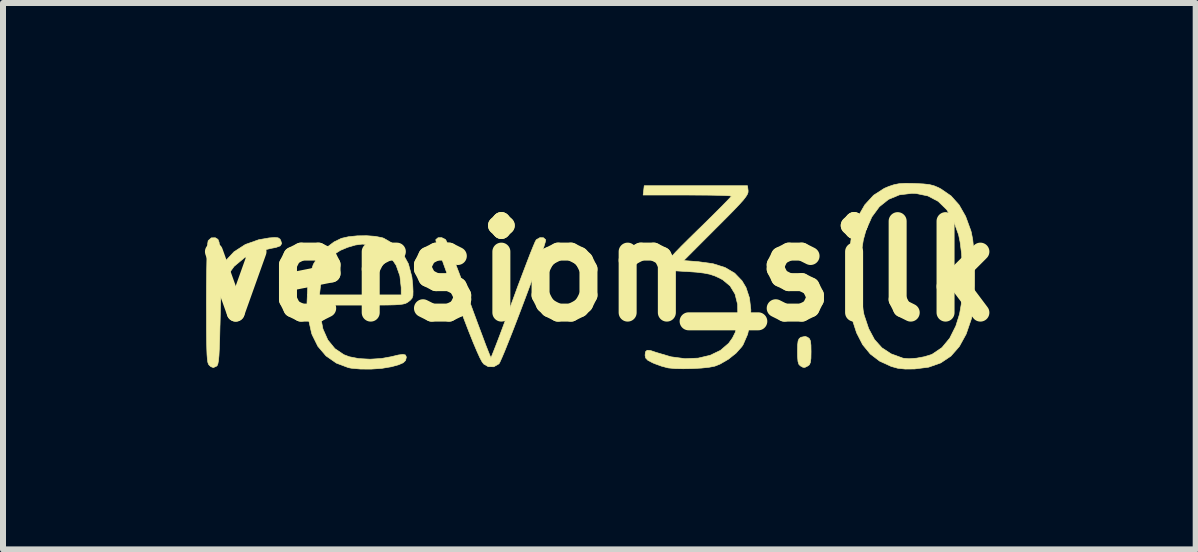
<source format=kicad_pcb>
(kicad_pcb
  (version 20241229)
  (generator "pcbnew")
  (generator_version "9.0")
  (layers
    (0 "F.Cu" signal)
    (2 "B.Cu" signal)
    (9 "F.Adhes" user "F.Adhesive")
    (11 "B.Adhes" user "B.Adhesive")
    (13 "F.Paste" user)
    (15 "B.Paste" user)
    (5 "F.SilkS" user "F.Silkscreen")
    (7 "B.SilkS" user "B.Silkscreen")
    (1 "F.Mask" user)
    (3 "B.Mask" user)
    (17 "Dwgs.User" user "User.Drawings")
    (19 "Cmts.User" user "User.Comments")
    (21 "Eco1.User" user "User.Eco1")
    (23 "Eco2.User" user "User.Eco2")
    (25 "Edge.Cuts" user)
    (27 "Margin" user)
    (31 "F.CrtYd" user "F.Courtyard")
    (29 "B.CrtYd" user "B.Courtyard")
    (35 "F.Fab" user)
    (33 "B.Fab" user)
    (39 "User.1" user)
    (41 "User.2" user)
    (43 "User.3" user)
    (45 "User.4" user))
  (footprint "version_silk"
    (layer "F.Cu")
    (at 6.938 1.47)
    (property "Reference" "version_silk" (at 0 0 0) (layer "F.SilkS") (effects (font (size 1.524 1.524) (thickness 0.3))))
    (attr through_hole)
    (fp_poly (pts (xy 3.471 1.101) (xy 3.501 1.124) (xy 3.518 1.163) (xy 3.526 1.233) (xy 3.528 1.341) (xy 3.526 1.452) (xy 3.517 1.52) (xy 3.5 1.559) (xy 3.473 1.579) (xy 3.425 1.603) (xy 3.393 1.601) (xy 3.351 1.578) (xy 3.325 1.552) (xy 3.31 1.503) (xy 3.303 1.419) (xy 3.302 1.34) (xy 3.304 1.229) (xy 3.312 1.162) (xy 3.33 1.123) (xy 3.358 1.101) (xy 3.431 1.086) (xy 3.471 1.101)) (stroke (width 0.01) (type solid)) (fill yes) (layer "F.SilkS"))
    (fp_poly (pts (xy -5.354 -0.557) (xy -5.324 -0.537) (xy -5.311 -0.517) (xy -5.294 -0.461) (xy -5.319 -0.422) (xy -5.391 -0.396) (xy -5.461 -0.383) (xy -5.705 -0.326) (xy -5.914 -0.225) (xy -6.086 -0.082) (xy -6.219 0.102) (xy -6.231 0.124) (xy -6.256 0.172) (xy -6.275 0.217) (xy -6.289 0.267) (xy -6.299 0.331) (xy -6.306 0.417) (xy -6.312 0.533) (xy -6.316 0.689) (xy -6.321 0.892) (xy -6.322 0.911) (xy -6.327 1.124) (xy -6.333 1.288) (xy -6.339 1.407) (xy -6.347 1.49) (xy -6.357 1.543) (xy -6.369 1.572) (xy -6.378 1.581) (xy -6.432 1.606) (xy -6.475 1.59) (xy -6.503 1.564) (xy -6.515 1.547) (xy -6.525 1.516) (xy -6.532 1.467) (xy -6.538 1.393) (xy -6.542 1.29) (xy -6.545 1.152) (xy -6.547 0.973) (xy -6.547 0.747) (xy -6.548 0.532) (xy -6.547 0.243) (xy -6.544 -0.004) (xy -6.54 -0.205) (xy -6.534 -0.358) (xy -6.527 -0.46) (xy -6.519 -0.509) (xy -6.518 -0.51) (xy -6.467 -0.556) (xy -6.4 -0.558) (xy -6.356 -0.531) (xy -6.337 -0.483) (xy -6.326 -0.39) (xy -6.322 -0.272) (xy -6.322 -0.048) (xy -6.239 -0.162) (xy -6.088 -0.324) (xy -5.899 -0.446) (xy -5.676 -0.525) (xy -5.504 -0.555) (xy -5.409 -0.562) (xy -5.354 -0.557)) (stroke (width 0.01) (type solid)) (fill yes) (layer "F.SilkS"))
    (fp_poly (pts (xy -2.568 -0.531) (xy -2.562 -0.526) (xy -2.544 -0.492) (xy -2.51 -0.411) (xy -2.461 -0.288) (xy -2.4 -0.132) (xy -2.329 0.053) (xy -2.252 0.26) (xy -2.173 0.475) (xy -2.092 0.696) (xy -2.017 0.898) (xy -1.95 1.077) (xy -1.894 1.227) (xy -1.849 1.341) (xy -1.82 1.413) (xy -1.807 1.439) (xy -1.807 1.439) (xy -1.794 1.413) (xy -1.765 1.34) (xy -1.72 1.226) (xy -1.663 1.077) (xy -1.596 0.898) (xy -1.522 0.695) (xy -1.441 0.476) (xy -1.36 0.254) (xy -1.282 0.048) (xy -1.212 -0.136) (xy -1.152 -0.292) (xy -1.103 -0.413) (xy -1.069 -0.493) (xy -1.051 -0.525) (xy -0.992 -0.559) (xy -0.931 -0.558) (xy -0.893 -0.523) (xy -0.9 -0.489) (xy -0.924 -0.409) (xy -0.964 -0.291) (xy -1.017 -0.142) (xy -1.08 0.031) (xy -1.15 0.222) (xy -1.225 0.423) (xy -1.302 0.627) (xy -1.378 0.826) (xy -1.451 1.015) (xy -1.519 1.186) (xy -1.577 1.331) (xy -1.625 1.444) (xy -1.658 1.517) (xy -1.673 1.543) (xy -1.759 1.592) (xy -1.852 1.59) (xy -1.926 1.547) (xy -1.954 1.511) (xy -1.991 1.442) (xy -2.039 1.336) (xy -2.101 1.19) (xy -2.177 1) (xy -2.268 0.764) (xy -2.37 0.497) (xy -2.453 0.274) (xy -2.529 0.065) (xy -2.596 -0.121) (xy -2.651 -0.279) (xy -2.693 -0.403) (xy -2.719 -0.487) (xy -2.726 -0.525) (xy -2.726 -0.526) (xy -2.688 -0.558) (xy -2.627 -0.56) (xy -2.568 -0.531)) (stroke (width 0.01) (type solid)) (fill yes) (layer "F.SilkS"))
    (fp_poly (pts (xy -3.732 -0.581) (xy -3.617 -0.558) (xy -3.592 -0.549) (xy -3.418 -0.448) (xy -3.281 -0.305) (xy -3.182 -0.123) (xy -3.124 0.095) (xy -3.11 0.226) (xy -3.105 0.336) (xy -3.107 0.406) (xy -3.121 0.449) (xy -3.149 0.482) (xy -3.175 0.503) (xy -3.202 0.522) (xy -3.231 0.537) (xy -3.271 0.547) (xy -3.328 0.555) (xy -3.41 0.56) (xy -3.525 0.563) (xy -3.679 0.564) (xy -3.88 0.564) (xy -3.959 0.564) (xy -4.665 0.564) (xy -4.648 0.749) (xy -4.606 0.963) (xy -4.525 1.145) (xy -4.408 1.289) (xy -4.259 1.39) (xy -4.167 1.425) (xy -4.008 1.456) (xy -3.82 1.466) (xy -3.63 1.454) (xy -3.471 1.425) (xy -3.35 1.396) (xy -3.274 1.386) (xy -3.232 1.395) (xy -3.218 1.425) (xy -3.217 1.436) (xy -3.229 1.486) (xy -3.268 1.525) (xy -3.346 1.559) (xy -3.47 1.593) (xy -3.473 1.593) (xy -3.627 1.619) (xy -3.804 1.631) (xy -3.981 1.63) (xy -4.135 1.616) (xy -4.184 1.606) (xy -4.383 1.531) (xy -4.555 1.411) (xy -4.691 1.251) (xy -4.786 1.059) (xy -4.796 1.03) (xy -4.85 0.787) (xy -4.872 0.53) (xy -4.866 0.395) (xy -4.664 0.395) (xy -3.302 0.395) (xy -3.302 0.273) (xy -3.324 0.077) (xy -3.386 -0.098) (xy -3.484 -0.244) (xy -3.611 -0.353) (xy -3.734 -0.409) (xy -3.831 -0.434) (xy -3.919 -0.449) (xy -3.951 -0.452) (xy -4.064 -0.437) (xy -4.194 -0.399) (xy -4.316 -0.348) (xy -4.4 -0.294) (xy -4.487 -0.194) (xy -4.563 -0.056) (xy -4.62 0.102) (xy -4.646 0.233) (xy -4.664 0.395) (xy -4.866 0.395) (xy -4.861 0.275) (xy -4.818 0.039) (xy -4.766 -0.115) (xy -4.683 -0.252) (xy -4.562 -0.382) (xy -4.422 -0.488) (xy -4.299 -0.548) (xy -4.18 -0.575) (xy -4.033 -0.59) (xy -3.877 -0.592) (xy -3.732 -0.581)) (stroke (width 0.01) (type solid)) (fill yes) (layer "F.SilkS"))
    (fp_poly (pts (xy 2.479 -1.343) (xy 2.478 -1.315) (xy 2.467 -1.283) (xy 2.441 -1.241) (xy 2.397 -1.184) (xy 2.329 -1.109) (xy 2.233 -1.008) (xy 2.106 -0.879) (xy 1.947 -0.72) (xy 1.406 -0.178) (xy 1.649 -0.159) (xy 1.895 -0.125) (xy 2.095 -0.062) (xy 2.255 0.032) (xy 2.377 0.159) (xy 2.444 0.271) (xy 2.502 0.446) (xy 2.525 0.645) (xy 2.515 0.853) (xy 2.471 1.051) (xy 2.396 1.223) (xy 2.375 1.256) (xy 2.279 1.364) (xy 2.15 1.467) (xy 2.01 1.548) (xy 1.924 1.582) (xy 1.832 1.6) (xy 1.702 1.614) (xy 1.552 1.622) (xy 1.398 1.625) (xy 1.259 1.622) (xy 1.153 1.612) (xy 1.137 1.609) (xy 1.033 1.581) (xy 0.921 1.54) (xy 0.89 1.527) (xy 0.809 1.485) (xy 0.771 1.445) (xy 0.762 1.4) (xy 0.769 1.342) (xy 0.797 1.317) (xy 0.855 1.322) (xy 0.953 1.355) (xy 0.954 1.355) (xy 1.194 1.426) (xy 1.428 1.457) (xy 1.647 1.448) (xy 1.846 1.401) (xy 2.018 1.319) (xy 2.155 1.201) (xy 2.218 1.113) (xy 2.264 1.021) (xy 2.291 0.925) (xy 2.306 0.801) (xy 2.308 0.762) (xy 2.304 0.551) (xy 2.261 0.38) (xy 2.179 0.245) (xy 2.055 0.142) (xy 2.007 0.116) (xy 1.924 0.078) (xy 1.84 0.05) (xy 1.743 0.031) (xy 1.619 0.016) (xy 1.452 0.004) (xy 1.439 0.004) (xy 1.143 -0.014) (xy 1.133 -0.099) (xy 1.133 -0.127) (xy 1.143 -0.159) (xy 1.167 -0.198) (xy 1.209 -0.251) (xy 1.274 -0.322) (xy 1.366 -0.417) (xy 1.489 -0.539) (xy 1.649 -0.696) (xy 1.663 -0.709) (xy 1.806 -0.849) (xy 1.934 -0.976) (xy 2.044 -1.086) (xy 2.128 -1.172) (xy 2.182 -1.229) (xy 2.201 -1.252) (xy 2.174 -1.257) (xy 2.098 -1.261) (xy 1.981 -1.265) (xy 1.829 -1.268) (xy 1.65 -1.269) (xy 1.466 -1.27) (xy 0.73 -1.27) (xy 0.748 -1.425) (xy 2.469 -1.425) (xy 2.479 -1.343)) (stroke (width 0.01) (type solid)) (fill yes) (layer "F.SilkS"))
    (fp_poly (pts (xy 5.236 -1.463) (xy 5.263 -1.462) (xy 5.402 -1.455) (xy 5.501 -1.444) (xy 5.578 -1.424) (xy 5.652 -1.393) (xy 5.696 -1.369) (xy 5.861 -1.255) (xy 5.995 -1.105) (xy 6.104 -0.914) (xy 6.191 -0.676) (xy 6.199 -0.647) (xy 6.222 -0.528) (xy 6.239 -0.366) (xy 6.25 -0.174) (xy 6.254 0.033) (xy 6.253 0.243) (xy 6.245 0.442) (xy 6.23 0.617) (xy 6.209 0.754) (xy 6.201 0.79) (xy 6.113 1.047) (xy 5.999 1.254) (xy 5.859 1.414) (xy 5.689 1.528) (xy 5.487 1.599) (xy 5.251 1.629) (xy 5.249 1.629) (xy 5.095 1.63) (xy 4.974 1.617) (xy 4.866 1.587) (xy 4.863 1.586) (xy 4.671 1.498) (xy 4.515 1.379) (xy 4.388 1.224) (xy 4.287 1.027) (xy 4.207 0.781) (xy 4.202 0.762) (xy 4.184 0.652) (xy 4.17 0.498) (xy 4.163 0.315) (xy 4.161 0.146) (xy 4.362 0.146) (xy 4.367 0.34) (xy 4.379 0.515) (xy 4.397 0.658) (xy 4.411 0.726) (xy 4.488 0.956) (xy 4.585 1.138) (xy 4.709 1.276) (xy 4.863 1.377) (xy 5.052 1.446) (xy 5.066 1.45) (xy 5.161 1.458) (xy 5.285 1.449) (xy 5.415 1.425) (xy 5.527 1.391) (xy 5.551 1.38) (xy 5.709 1.273) (xy 5.839 1.116) (xy 5.941 0.912) (xy 6.003 0.713) (xy 6.03 0.557) (xy 6.046 0.361) (xy 6.053 0.143) (xy 6.049 -0.082) (xy 6.036 -0.297) (xy 6.012 -0.486) (xy 5.987 -0.607) (xy 5.902 -0.841) (xy 5.788 -1.027) (xy 5.646 -1.165) (xy 5.475 -1.255) (xy 5.277 -1.296) (xy 5.208 -1.298) (xy 5.001 -1.273) (xy 4.82 -1.198) (xy 4.666 -1.075) (xy 4.541 -0.905) (xy 4.445 -0.688) (xy 4.399 -0.522) (xy 4.38 -0.4) (xy 4.368 -0.238) (xy 4.362 -0.051) (xy 4.362 0.146) (xy 4.161 0.146) (xy 4.16 0.115) (xy 4.163 -0.088) (xy 4.171 -0.282) (xy 4.185 -0.454) (xy 4.202 -0.59) (xy 4.215 -0.649) (xy 4.306 -0.902) (xy 4.424 -1.107) (xy 4.57 -1.266) (xy 4.748 -1.381) (xy 4.824 -1.413) (xy 4.911 -1.442) (xy 4.997 -1.459) (xy 5.099 -1.465) (xy 5.236 -1.463)) (stroke (width 0.01) (type solid)) (fill yes) (layer "F.SilkS")))
  (gr_rect
    (start -3 -3)
    (end 16.876 6.106)
    (stroke (width 0.1) (type default))
    (fill no)
    (layer "Edge.Cuts")))
</source>
